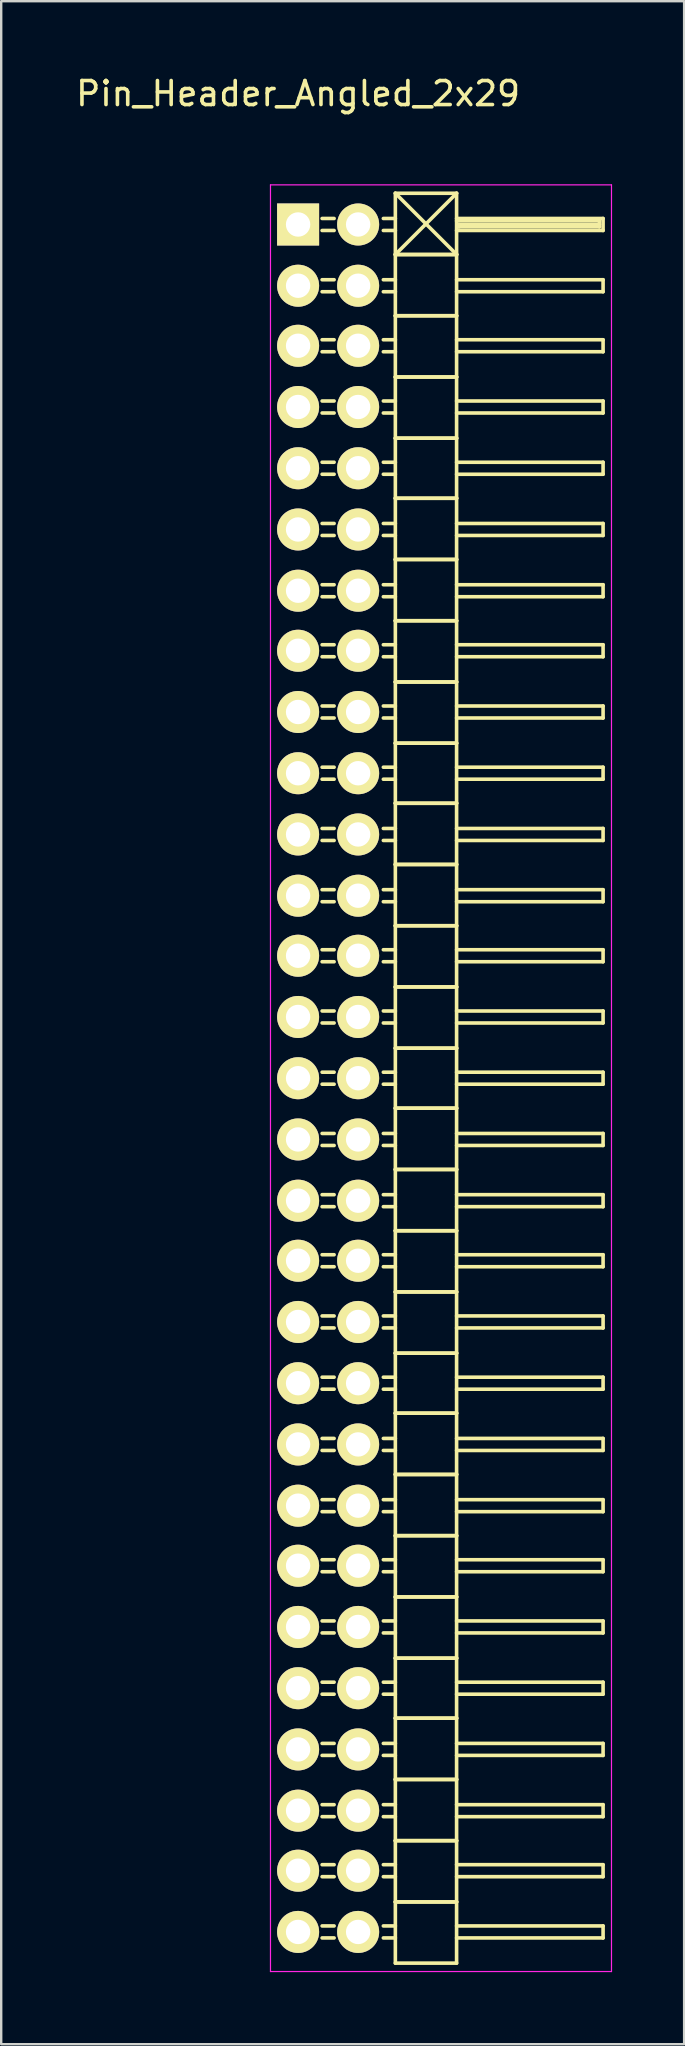
<source format=kicad_pcb>
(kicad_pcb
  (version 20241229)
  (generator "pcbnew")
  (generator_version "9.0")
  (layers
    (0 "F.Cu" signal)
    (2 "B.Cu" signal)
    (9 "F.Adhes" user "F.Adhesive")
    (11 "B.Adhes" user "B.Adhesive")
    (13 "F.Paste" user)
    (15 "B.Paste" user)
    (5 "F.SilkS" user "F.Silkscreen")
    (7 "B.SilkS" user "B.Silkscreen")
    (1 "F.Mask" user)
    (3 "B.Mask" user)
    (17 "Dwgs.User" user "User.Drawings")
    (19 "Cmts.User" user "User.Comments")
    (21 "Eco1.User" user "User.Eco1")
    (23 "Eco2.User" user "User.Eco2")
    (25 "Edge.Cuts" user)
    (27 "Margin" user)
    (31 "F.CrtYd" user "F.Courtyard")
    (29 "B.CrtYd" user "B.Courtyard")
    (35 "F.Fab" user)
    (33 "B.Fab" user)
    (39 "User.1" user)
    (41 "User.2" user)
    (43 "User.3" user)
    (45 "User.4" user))
  (footprint "Pin_Header_Angled_2x29"
    (layer "F.Cu")
    (at 9.363 6.298)
    (property "Reference" "Pin_Header_Angled_2x29" (at 0 -5.45 0) (layer "F.SilkS") (effects (font (size 1 1) (thickness 0.15))))
    (attr through_hole)
    (fp_line (start 1.5 -0.25) (end 1 -0.25) (stroke (width 0.15) (type solid)) (layer "F.SilkS"))
    (fp_line (start 1.5 0.25) (end 1 0.25) (stroke (width 0.15) (type solid)) (layer "F.SilkS"))
    (fp_line (start 1.5 2.3) (end 1 2.3) (stroke (width 0.15) (type solid)) (layer "F.SilkS"))
    (fp_line (start 1.5 2.8) (end 1 2.8) (stroke (width 0.15) (type solid)) (layer "F.SilkS"))
    (fp_line (start 1.5 4.8) (end 1 4.8) (stroke (width 0.15) (type solid)) (layer "F.SilkS"))
    (fp_line (start 1.5 5.3) (end 1 5.3) (stroke (width 0.15) (type solid)) (layer "F.SilkS"))
    (fp_line (start 1.5 7.35) (end 1 7.35) (stroke (width 0.15) (type solid)) (layer "F.SilkS"))
    (fp_line (start 1.5 7.85) (end 1 7.85) (stroke (width 0.15) (type solid)) (layer "F.SilkS"))
    (fp_line (start 1.5 9.9) (end 1 9.9) (stroke (width 0.15) (type solid)) (layer "F.SilkS"))
    (fp_line (start 1.5 10.4) (end 1 10.4) (stroke (width 0.15) (type solid)) (layer "F.SilkS"))
    (fp_line (start 1.5 12.45) (end 1 12.45) (stroke (width 0.15) (type solid)) (layer "F.SilkS"))
    (fp_line (start 1.5 12.95) (end 1 12.95) (stroke (width 0.15) (type solid)) (layer "F.SilkS"))
    (fp_line (start 1.5 15) (end 1 15) (stroke (width 0.15) (type solid)) (layer "F.SilkS"))
    (fp_line (start 1.5 15.5) (end 1 15.5) (stroke (width 0.15) (type solid)) (layer "F.SilkS"))
    (fp_line (start 1.5 17.5) (end 1 17.5) (stroke (width 0.15) (type solid)) (layer "F.SilkS"))
    (fp_line (start 1.5 18) (end 1 18) (stroke (width 0.15) (type solid)) (layer "F.SilkS"))
    (fp_line (start 1.5 20.05) (end 1 20.05) (stroke (width 0.15) (type solid)) (layer "F.SilkS"))
    (fp_line (start 1.5 20.55) (end 1 20.55) (stroke (width 0.15) (type solid)) (layer "F.SilkS"))
    (fp_line (start 1.5 22.6) (end 1 22.6) (stroke (width 0.15) (type solid)) (layer "F.SilkS"))
    (fp_line (start 1.5 23.1) (end 1 23.1) (stroke (width 0.15) (type solid)) (layer "F.SilkS"))
    (fp_line (start 1.5 25.15) (end 1 25.15) (stroke (width 0.15) (type solid)) (layer "F.SilkS"))
    (fp_line (start 1.5 25.65) (end 1 25.65) (stroke (width 0.15) (type solid)) (layer "F.SilkS"))
    (fp_line (start 1.5 27.7) (end 1 27.7) (stroke (width 0.15) (type solid)) (layer "F.SilkS"))
    (fp_line (start 1.5 28.2) (end 1 28.2) (stroke (width 0.15) (type solid)) (layer "F.SilkS"))
    (fp_line (start 1.5 30.2) (end 1 30.2) (stroke (width 0.15) (type solid)) (layer "F.SilkS"))
    (fp_line (start 1.5 30.7) (end 1 30.7) (stroke (width 0.15) (type solid)) (layer "F.SilkS"))
    (fp_line (start 1.5 32.75) (end 1 32.75) (stroke (width 0.15) (type solid)) (layer "F.SilkS"))
    (fp_line (start 1.5 33.25) (end 1 33.25) (stroke (width 0.15) (type solid)) (layer "F.SilkS"))
    (fp_line (start 1.5 35.3) (end 1 35.3) (stroke (width 0.15) (type solid)) (layer "F.SilkS"))
    (fp_line (start 1.5 35.8) (end 1 35.8) (stroke (width 0.15) (type solid)) (layer "F.SilkS"))
    (fp_line (start 1.5 37.85) (end 1 37.85) (stroke (width 0.15) (type solid)) (layer "F.SilkS"))
    (fp_line (start 1.5 38.35) (end 1 38.35) (stroke (width 0.15) (type solid)) (layer "F.SilkS"))
    (fp_line (start 1.5 40.4) (end 1 40.4) (stroke (width 0.15) (type solid)) (layer "F.SilkS"))
    (fp_line (start 1.5 40.9) (end 1 40.9) (stroke (width 0.15) (type solid)) (layer "F.SilkS"))
    (fp_line (start 1.5 42.9) (end 1 42.9) (stroke (width 0.15) (type solid)) (layer "F.SilkS"))
    (fp_line (start 1.5 43.4) (end 1 43.4) (stroke (width 0.15) (type solid)) (layer "F.SilkS"))
    (fp_line (start 1.5 45.45) (end 1 45.45) (stroke (width 0.15) (type solid)) (layer "F.SilkS"))
    (fp_line (start 1.5 45.95) (end 1 45.95) (stroke (width 0.15) (type solid)) (layer "F.SilkS"))
    (fp_line (start 1.5 48) (end 1 48) (stroke (width 0.15) (type solid)) (layer "F.SilkS"))
    (fp_line (start 1.5 48.5) (end 1 48.5) (stroke (width 0.15) (type solid)) (layer "F.SilkS"))
    (fp_line (start 1.5 50.55) (end 1 50.55) (stroke (width 0.15) (type solid)) (layer "F.SilkS"))
    (fp_line (start 1.5 51.05) (end 1 51.05) (stroke (width 0.15) (type solid)) (layer "F.SilkS"))
    (fp_line (start 1.5 53.1) (end 1 53.1) (stroke (width 0.15) (type solid)) (layer "F.SilkS"))
    (fp_line (start 1.5 53.6) (end 1 53.6) (stroke (width 0.15) (type solid)) (layer "F.SilkS"))
    (fp_line (start 1.5 55.6) (end 1 55.6) (stroke (width 0.15) (type solid)) (layer "F.SilkS"))
    (fp_line (start 1.5 56.1) (end 1 56.1) (stroke (width 0.15) (type solid)) (layer "F.SilkS"))
    (fp_line (start 1.5 58.15) (end 1 58.15) (stroke (width 0.15) (type solid)) (layer "F.SilkS"))
    (fp_line (start 1.5 58.65) (end 1 58.65) (stroke (width 0.15) (type solid)) (layer "F.SilkS"))
    (fp_line (start 1.5 60.7) (end 1 60.7) (stroke (width 0.15) (type solid)) (layer "F.SilkS"))
    (fp_line (start 1.5 61.2) (end 1 61.2) (stroke (width 0.15) (type solid)) (layer "F.SilkS"))
    (fp_line (start 1.5 63.25) (end 1 63.25) (stroke (width 0.15) (type solid)) (layer "F.SilkS"))
    (fp_line (start 1.5 63.75) (end 1 63.75) (stroke (width 0.15) (type solid)) (layer "F.SilkS"))
    (fp_line (start 1.5 65.8) (end 1 65.8) (stroke (width 0.15) (type solid)) (layer "F.SilkS"))
    (fp_line (start 1.5 66.3) (end 1 66.3) (stroke (width 0.15) (type solid)) (layer "F.SilkS"))
    (fp_line (start 1.5 68.3) (end 1 68.3) (stroke (width 0.15) (type solid)) (layer "F.SilkS"))
    (fp_line (start 1.5 68.8) (end 1 68.8) (stroke (width 0.15) (type solid)) (layer "F.SilkS"))
    (fp_line (start 1.5 70.85) (end 1 70.85) (stroke (width 0.15) (type solid)) (layer "F.SilkS"))
    (fp_line (start 1.5 71.35) (end 1 71.35) (stroke (width 0.15) (type solid)) (layer "F.SilkS"))
    (fp_line (start 4.05 -1.3) (end 4.05 1.25) (stroke (width 0.15) (type solid)) (layer "F.SilkS"))
    (fp_line (start 4.05 -1.3) (end 6.6 -1.3) (stroke (width 0.15) (type solid)) (layer "F.SilkS"))
    (fp_line (start 4.05 -1.3) (end 6.6 1.25) (stroke (width 0.15) (type solid)) (layer "F.SilkS"))
    (fp_line (start 4.05 -0.25) (end 3.55 -0.25) (stroke (width 0.15) (type solid)) (layer "F.SilkS"))
    (fp_line (start 4.05 0.25) (end 3.55 0.25) (stroke (width 0.15) (type solid)) (layer "F.SilkS"))
    (fp_line (start 4.05 1.25) (end 4.05 3.8) (stroke (width 0.15) (type solid)) (layer "F.SilkS"))
    (fp_line (start 4.05 1.25) (end 6.6 1.25) (stroke (width 0.15) (type solid)) (layer "F.SilkS"))
    (fp_line (start 4.05 1.25) (end 6.6 1.25) (stroke (width 0.15) (type solid)) (layer "F.SilkS"))
    (fp_line (start 4.05 2.3) (end 3.55 2.3) (stroke (width 0.15) (type solid)) (layer "F.SilkS"))
    (fp_line (start 4.05 2.8) (end 3.55 2.8) (stroke (width 0.15) (type solid)) (layer "F.SilkS"))
    (fp_line (start 4.05 3.8) (end 4.05 6.35) (stroke (width 0.15) (type solid)) (layer "F.SilkS"))
    (fp_line (start 4.05 3.8) (end 6.6 3.8) (stroke (width 0.15) (type solid)) (layer "F.SilkS"))
    (fp_line (start 4.05 3.8) (end 6.6 3.8) (stroke (width 0.15) (type solid)) (layer "F.SilkS"))
    (fp_line (start 4.05 4.8) (end 3.55 4.8) (stroke (width 0.15) (type solid)) (layer "F.SilkS"))
    (fp_line (start 4.05 5.3) (end 3.55 5.3) (stroke (width 0.15) (type solid)) (layer "F.SilkS"))
    (fp_line (start 4.05 6.35) (end 4.05 8.9) (stroke (width 0.15) (type solid)) (layer "F.SilkS"))
    (fp_line (start 4.05 6.35) (end 6.6 6.35) (stroke (width 0.15) (type solid)) (layer "F.SilkS"))
    (fp_line (start 4.05 6.35) (end 6.6 6.35) (stroke (width 0.15) (type solid)) (layer "F.SilkS"))
    (fp_line (start 4.05 7.35) (end 3.55 7.35) (stroke (width 0.15) (type solid)) (layer "F.SilkS"))
    (fp_line (start 4.05 7.85) (end 3.55 7.85) (stroke (width 0.15) (type solid)) (layer "F.SilkS"))
    (fp_line (start 4.05 8.9) (end 4.05 11.4) (stroke (width 0.15) (type solid)) (layer "F.SilkS"))
    (fp_line (start 4.05 8.9) (end 6.6 8.9) (stroke (width 0.15) (type solid)) (layer "F.SilkS"))
    (fp_line (start 4.05 8.9) (end 6.6 8.9) (stroke (width 0.15) (type solid)) (layer "F.SilkS"))
    (fp_line (start 4.05 9.9) (end 3.55 9.9) (stroke (width 0.15) (type solid)) (layer "F.SilkS"))
    (fp_line (start 4.05 10.4) (end 3.55 10.4) (stroke (width 0.15) (type solid)) (layer "F.SilkS"))
    (fp_line (start 4.05 11.4) (end 4.05 13.95) (stroke (width 0.15) (type solid)) (layer "F.SilkS"))
    (fp_line (start 4.05 11.4) (end 6.6 11.4) (stroke (width 0.15) (type solid)) (layer "F.SilkS"))
    (fp_line (start 4.05 11.4) (end 6.6 11.4) (stroke (width 0.15) (type solid)) (layer "F.SilkS"))
    (fp_line (start 4.05 12.45) (end 3.55 12.45) (stroke (width 0.15) (type solid)) (layer "F.SilkS"))
    (fp_line (start 4.05 12.95) (end 3.55 12.95) (stroke (width 0.15) (type solid)) (layer "F.SilkS"))
    (fp_line (start 4.05 13.95) (end 4.05 16.5) (stroke (width 0.15) (type solid)) (layer "F.SilkS"))
    (fp_line (start 4.05 13.95) (end 6.6 13.95) (stroke (width 0.15) (type solid)) (layer "F.SilkS"))
    (fp_line (start 4.05 13.95) (end 6.6 13.95) (stroke (width 0.15) (type solid)) (layer "F.SilkS"))
    (fp_line (start 4.05 15) (end 3.55 15) (stroke (width 0.15) (type solid)) (layer "F.SilkS"))
    (fp_line (start 4.05 15.5) (end 3.55 15.5) (stroke (width 0.15) (type solid)) (layer "F.SilkS"))
    (fp_line (start 4.05 16.5) (end 4.05 19.05) (stroke (width 0.15) (type solid)) (layer "F.SilkS"))
    (fp_line (start 4.05 16.5) (end 6.6 16.5) (stroke (width 0.15) (type solid)) (layer "F.SilkS"))
    (fp_line (start 4.05 16.5) (end 6.6 16.5) (stroke (width 0.15) (type solid)) (layer "F.SilkS"))
    (fp_line (start 4.05 17.5) (end 3.55 17.5) (stroke (width 0.15) (type solid)) (layer "F.SilkS"))
    (fp_line (start 4.05 18) (end 3.55 18) (stroke (width 0.15) (type solid)) (layer "F.SilkS"))
    (fp_line (start 4.05 19.05) (end 4.05 21.6) (stroke (width 0.15) (type solid)) (layer "F.SilkS"))
    (fp_line (start 4.05 19.05) (end 6.6 19.05) (stroke (width 0.15) (type solid)) (layer "F.SilkS"))
    (fp_line (start 4.05 19.05) (end 6.6 19.05) (stroke (width 0.15) (type solid)) (layer "F.SilkS"))
    (fp_line (start 4.05 20.05) (end 3.55 20.05) (stroke (width 0.15) (type solid)) (layer "F.SilkS"))
    (fp_line (start 4.05 20.55) (end 3.55 20.55) (stroke (width 0.15) (type solid)) (layer "F.SilkS"))
    (fp_line (start 4.05 21.6) (end 4.05 24.1) (stroke (width 0.15) (type solid)) (layer "F.SilkS"))
    (fp_line (start 4.05 21.6) (end 6.6 21.6) (stroke (width 0.15) (type solid)) (layer "F.SilkS"))
    (fp_line (start 4.05 21.6) (end 6.6 21.6) (stroke (width 0.15) (type solid)) (layer "F.SilkS"))
    (fp_line (start 4.05 22.6) (end 3.55 22.6) (stroke (width 0.15) (type solid)) (layer "F.SilkS"))
    (fp_line (start 4.05 23.1) (end 3.55 23.1) (stroke (width 0.15) (type solid)) (layer "F.SilkS"))
    (fp_line (start 4.05 24.1) (end 4.05 26.65) (stroke (width 0.15) (type solid)) (layer "F.SilkS"))
    (fp_line (start 4.05 24.1) (end 6.6 24.1) (stroke (width 0.15) (type solid)) (layer "F.SilkS"))
    (fp_line (start 4.05 24.1) (end 6.6 24.1) (stroke (width 0.15) (type solid)) (layer "F.SilkS"))
    (fp_line (start 4.05 25.15) (end 3.55 25.15) (stroke (width 0.15) (type solid)) (layer "F.SilkS"))
    (fp_line (start 4.05 25.65) (end 3.55 25.65) (stroke (width 0.15) (type solid)) (layer "F.SilkS"))
    (fp_line (start 4.05 26.65) (end 4.05 29.2) (stroke (width 0.15) (type solid)) (layer "F.SilkS"))
    (fp_line (start 4.05 26.65) (end 6.6 26.65) (stroke (width 0.15) (type solid)) (layer "F.SilkS"))
    (fp_line (start 4.05 26.65) (end 6.6 26.65) (stroke (width 0.15) (type solid)) (layer "F.SilkS"))
    (fp_line (start 4.05 27.7) (end 3.55 27.7) (stroke (width 0.15) (type solid)) (layer "F.SilkS"))
    (fp_line (start 4.05 28.2) (end 3.55 28.2) (stroke (width 0.15) (type solid)) (layer "F.SilkS"))
    (fp_line (start 4.05 29.2) (end 4.05 31.75) (stroke (width 0.15) (type solid)) (layer "F.SilkS"))
    (fp_line (start 4.05 29.2) (end 6.6 29.2) (stroke (width 0.15) (type solid)) (layer "F.SilkS"))
    (fp_line (start 4.05 29.2) (end 6.6 29.2) (stroke (width 0.15) (type solid)) (layer "F.SilkS"))
    (fp_line (start 4.05 30.2) (end 3.55 30.2) (stroke (width 0.15) (type solid)) (layer "F.SilkS"))
    (fp_line (start 4.05 30.7) (end 3.55 30.7) (stroke (width 0.15) (type solid)) (layer "F.SilkS"))
    (fp_line (start 4.05 31.75) (end 4.05 34.3) (stroke (width 0.15) (type solid)) (layer "F.SilkS"))
    (fp_line (start 4.05 31.75) (end 6.6 31.75) (stroke (width 0.15) (type solid)) (layer "F.SilkS"))
    (fp_line (start 4.05 31.75) (end 6.6 31.75) (stroke (width 0.15) (type solid)) (layer "F.SilkS"))
    (fp_line (start 4.05 32.75) (end 3.55 32.75) (stroke (width 0.15) (type solid)) (layer "F.SilkS"))
    (fp_line (start 4.05 33.25) (end 3.55 33.25) (stroke (width 0.15) (type solid)) (layer "F.SilkS"))
    (fp_line (start 4.05 34.3) (end 4.05 36.8) (stroke (width 0.15) (type solid)) (layer "F.SilkS"))
    (fp_line (start 4.05 34.3) (end 6.6 34.3) (stroke (width 0.15) (type solid)) (layer "F.SilkS"))
    (fp_line (start 4.05 34.3) (end 6.6 34.3) (stroke (width 0.15) (type solid)) (layer "F.SilkS"))
    (fp_line (start 4.05 35.3) (end 3.55 35.3) (stroke (width 0.15) (type solid)) (layer "F.SilkS"))
    (fp_line (start 4.05 35.8) (end 3.55 35.8) (stroke (width 0.15) (type solid)) (layer "F.SilkS"))
    (fp_line (start 4.05 36.8) (end 4.05 39.35) (stroke (width 0.15) (type solid)) (layer "F.SilkS"))
    (fp_line (start 4.05 36.8) (end 6.6 36.8) (stroke (width 0.15) (type solid)) (layer "F.SilkS"))
    (fp_line (start 4.05 36.8) (end 6.6 36.8) (stroke (width 0.15) (type solid)) (layer "F.SilkS"))
    (fp_line (start 4.05 37.85) (end 3.55 37.85) (stroke (width 0.15) (type solid)) (layer "F.SilkS"))
    (fp_line (start 4.05 38.35) (end 3.55 38.35) (stroke (width 0.15) (type solid)) (layer "F.SilkS"))
    (fp_line (start 4.05 39.35) (end 4.05 41.9) (stroke (width 0.15) (type solid)) (layer "F.SilkS"))
    (fp_line (start 4.05 39.35) (end 6.6 39.35) (stroke (width 0.15) (type solid)) (layer "F.SilkS"))
    (fp_line (start 4.05 39.35) (end 6.6 39.35) (stroke (width 0.15) (type solid)) (layer "F.SilkS"))
    (fp_line (start 4.05 40.4) (end 3.55 40.4) (stroke (width 0.15) (type solid)) (layer "F.SilkS"))
    (fp_line (start 4.05 40.9) (end 3.55 40.9) (stroke (width 0.15) (type solid)) (layer "F.SilkS"))
    (fp_line (start 4.05 41.9) (end 4.05 44.45) (stroke (width 0.15) (type solid)) (layer "F.SilkS"))
    (fp_line (start 4.05 41.9) (end 6.6 41.9) (stroke (width 0.15) (type solid)) (layer "F.SilkS"))
    (fp_line (start 4.05 41.9) (end 6.6 41.9) (stroke (width 0.15) (type solid)) (layer "F.SilkS"))
    (fp_line (start 4.05 42.9) (end 3.55 42.9) (stroke (width 0.15) (type solid)) (layer "F.SilkS"))
    (fp_line (start 4.05 43.4) (end 3.55 43.4) (stroke (width 0.15) (type solid)) (layer "F.SilkS"))
    (fp_line (start 4.05 44.45) (end 4.05 47) (stroke (width 0.15) (type solid)) (layer "F.SilkS"))
    (fp_line (start 4.05 44.45) (end 6.6 44.45) (stroke (width 0.15) (type solid)) (layer "F.SilkS"))
    (fp_line (start 4.05 44.45) (end 6.6 44.45) (stroke (width 0.15) (type solid)) (layer "F.SilkS"))
    (fp_line (start 4.05 45.45) (end 3.55 45.45) (stroke (width 0.15) (type solid)) (layer "F.SilkS"))
    (fp_line (start 4.05 45.95) (end 3.55 45.95) (stroke (width 0.15) (type solid)) (layer "F.SilkS"))
    (fp_line (start 4.05 47) (end 4.05 49.5) (stroke (width 0.15) (type solid)) (layer "F.SilkS"))
    (fp_line (start 4.05 47) (end 6.6 47) (stroke (width 0.15) (type solid)) (layer "F.SilkS"))
    (fp_line (start 4.05 47) (end 6.6 47) (stroke (width 0.15) (type solid)) (layer "F.SilkS"))
    (fp_line (start 4.05 48) (end 3.55 48) (stroke (width 0.15) (type solid)) (layer "F.SilkS"))
    (fp_line (start 4.05 48.5) (end 3.55 48.5) (stroke (width 0.15) (type solid)) (layer "F.SilkS"))
    (fp_line (start 4.05 49.5) (end 4.05 52.05) (stroke (width 0.15) (type solid)) (layer "F.SilkS"))
    (fp_line (start 4.05 49.5) (end 6.6 49.5) (stroke (width 0.15) (type solid)) (layer "F.SilkS"))
    (fp_line (start 4.05 49.5) (end 6.6 49.5) (stroke (width 0.15) (type solid)) (layer "F.SilkS"))
    (fp_line (start 4.05 50.55) (end 3.55 50.55) (stroke (width 0.15) (type solid)) (layer "F.SilkS"))
    (fp_line (start 4.05 51.05) (end 3.55 51.05) (stroke (width 0.15) (type solid)) (layer "F.SilkS"))
    (fp_line (start 4.05 52.05) (end 4.05 54.6) (stroke (width 0.15) (type solid)) (layer "F.SilkS"))
    (fp_line (start 4.05 52.05) (end 6.6 52.05) (stroke (width 0.15) (type solid)) (layer "F.SilkS"))
    (fp_line (start 4.05 52.05) (end 6.6 52.05) (stroke (width 0.15) (type solid)) (layer "F.SilkS"))
    (fp_line (start 4.05 53.1) (end 3.55 53.1) (stroke (width 0.15) (type solid)) (layer "F.SilkS"))
    (fp_line (start 4.05 53.6) (end 3.55 53.6) (stroke (width 0.15) (type solid)) (layer "F.SilkS"))
    (fp_line (start 4.05 54.6) (end 4.05 57.15) (stroke (width 0.15) (type solid)) (layer "F.SilkS"))
    (fp_line (start 4.05 54.6) (end 6.6 54.6) (stroke (width 0.15) (type solid)) (layer "F.SilkS"))
    (fp_line (start 4.05 54.6) (end 6.6 54.6) (stroke (width 0.15) (type solid)) (layer "F.SilkS"))
    (fp_line (start 4.05 55.6) (end 3.55 55.6) (stroke (width 0.15) (type solid)) (layer "F.SilkS"))
    (fp_line (start 4.05 56.1) (end 3.55 56.1) (stroke (width 0.15) (type solid)) (layer "F.SilkS"))
    (fp_line (start 4.05 57.15) (end 4.05 59.7) (stroke (width 0.15) (type solid)) (layer "F.SilkS"))
    (fp_line (start 4.05 57.15) (end 6.6 57.15) (stroke (width 0.15) (type solid)) (layer "F.SilkS"))
    (fp_line (start 4.05 57.15) (end 6.6 57.15) (stroke (width 0.15) (type solid)) (layer "F.SilkS"))
    (fp_line (start 4.05 58.15) (end 3.55 58.15) (stroke (width 0.15) (type solid)) (layer "F.SilkS"))
    (fp_line (start 4.05 58.65) (end 3.55 58.65) (stroke (width 0.15) (type solid)) (layer "F.SilkS"))
    (fp_line (start 4.05 59.7) (end 4.05 62.2) (stroke (width 0.15) (type solid)) (layer "F.SilkS"))
    (fp_line (start 4.05 59.7) (end 6.6 59.7) (stroke (width 0.15) (type solid)) (layer "F.SilkS"))
    (fp_line (start 4.05 59.7) (end 6.6 59.7) (stroke (width 0.15) (type solid)) (layer "F.SilkS"))
    (fp_line (start 4.05 60.7) (end 3.55 60.7) (stroke (width 0.15) (type solid)) (layer "F.SilkS"))
    (fp_line (start 4.05 61.2) (end 3.55 61.2) (stroke (width 0.15) (type solid)) (layer "F.SilkS"))
    (fp_line (start 4.05 62.2) (end 4.05 64.75) (stroke (width 0.15) (type solid)) (layer "F.SilkS"))
    (fp_line (start 4.05 62.2) (end 6.6 62.2) (stroke (width 0.15) (type solid)) (layer "F.SilkS"))
    (fp_line (start 4.05 62.2) (end 6.6 62.2) (stroke (width 0.15) (type solid)) (layer "F.SilkS"))
    (fp_line (start 4.05 63.25) (end 3.55 63.25) (stroke (width 0.15) (type solid)) (layer "F.SilkS"))
    (fp_line (start 4.05 63.75) (end 3.55 63.75) (stroke (width 0.15) (type solid)) (layer "F.SilkS"))
    (fp_line (start 4.05 64.75) (end 4.05 67.3) (stroke (width 0.15) (type solid)) (layer "F.SilkS"))
    (fp_line (start 4.05 64.75) (end 6.6 64.75) (stroke (width 0.15) (type solid)) (layer "F.SilkS"))
    (fp_line (start 4.05 64.75) (end 6.6 64.75) (stroke (width 0.15) (type solid)) (layer "F.SilkS"))
    (fp_line (start 4.05 65.8) (end 3.55 65.8) (stroke (width 0.15) (type solid)) (layer "F.SilkS"))
    (fp_line (start 4.05 66.3) (end 3.55 66.3) (stroke (width 0.15) (type solid)) (layer "F.SilkS"))
    (fp_line (start 4.05 67.3) (end 4.05 69.85) (stroke (width 0.15) (type solid)) (layer "F.SilkS"))
    (fp_line (start 4.05 67.3) (end 6.6 67.3) (stroke (width 0.15) (type solid)) (layer "F.SilkS"))
    (fp_line (start 4.05 67.3) (end 6.6 67.3) (stroke (width 0.15) (type solid)) (layer "F.SilkS"))
    (fp_line (start 4.05 68.3) (end 3.55 68.3) (stroke (width 0.15) (type solid)) (layer "F.SilkS"))
    (fp_line (start 4.05 68.8) (end 3.55 68.8) (stroke (width 0.15) (type solid)) (layer "F.SilkS"))
    (fp_line (start 4.05 69.85) (end 4.05 72.4) (stroke (width 0.15) (type solid)) (layer "F.SilkS"))
    (fp_line (start 4.05 69.85) (end 6.6 69.85) (stroke (width 0.15) (type solid)) (layer "F.SilkS"))
    (fp_line (start 4.05 69.85) (end 6.6 69.85) (stroke (width 0.15) (type solid)) (layer "F.SilkS"))
    (fp_line (start 4.05 70.85) (end 3.55 70.85) (stroke (width 0.15) (type solid)) (layer "F.SilkS"))
    (fp_line (start 4.05 71.35) (end 3.55 71.35) (stroke (width 0.15) (type solid)) (layer "F.SilkS"))
    (fp_line (start 4.05 72.4) (end 6.6 72.4) (stroke (width 0.15) (type solid)) (layer "F.SilkS"))
    (fp_line (start 6.6 -1.3) (end 4.05 1.25) (stroke (width 0.15) (type solid)) (layer "F.SilkS"))
    (fp_line (start 6.6 -0.25) (end 12.7 -0.25) (stroke (width 0.15) (type solid)) (layer "F.SilkS"))
    (fp_line (start 6.6 -0.15) (end 12.55 -0.15) (stroke (width 0.15) (type solid)) (layer "F.SilkS"))
    (fp_line (start 6.6 1.25) (end 6.6 -1.3) (stroke (width 0.15) (type solid)) (layer "F.SilkS"))
    (fp_line (start 6.6 2.3) (end 12.7 2.3) (stroke (width 0.15) (type solid)) (layer "F.SilkS"))
    (fp_line (start 6.6 3.8) (end 6.6 1.25) (stroke (width 0.15) (type solid)) (layer "F.SilkS"))
    (fp_line (start 6.6 4.8) (end 12.7 4.8) (stroke (width 0.15) (type solid)) (layer "F.SilkS"))
    (fp_line (start 6.6 6.35) (end 6.6 3.8) (stroke (width 0.15) (type solid)) (layer "F.SilkS"))
    (fp_line (start 6.6 7.35) (end 12.7 7.35) (stroke (width 0.15) (type solid)) (layer "F.SilkS"))
    (fp_line (start 6.6 8.9) (end 6.6 6.35) (stroke (width 0.15) (type solid)) (layer "F.SilkS"))
    (fp_line (start 6.6 9.9) (end 12.7 9.9) (stroke (width 0.15) (type solid)) (layer "F.SilkS"))
    (fp_line (start 6.6 11.4) (end 6.6 8.9) (stroke (width 0.15) (type solid)) (layer "F.SilkS"))
    (fp_line (start 6.6 12.45) (end 12.7 12.45) (stroke (width 0.15) (type solid)) (layer "F.SilkS"))
    (fp_line (start 6.6 13.95) (end 6.6 11.4) (stroke (width 0.15) (type solid)) (layer "F.SilkS"))
    (fp_line (start 6.6 15) (end 12.7 15) (stroke (width 0.15) (type solid)) (layer "F.SilkS"))
    (fp_line (start 6.6 16.5) (end 6.6 13.95) (stroke (width 0.15) (type solid)) (layer "F.SilkS"))
    (fp_line (start 6.6 17.5) (end 12.7 17.5) (stroke (width 0.15) (type solid)) (layer "F.SilkS"))
    (fp_line (start 6.6 19.05) (end 6.6 16.5) (stroke (width 0.15) (type solid)) (layer "F.SilkS"))
    (fp_line (start 6.6 20.05) (end 12.7 20.05) (stroke (width 0.15) (type solid)) (layer "F.SilkS"))
    (fp_line (start 6.6 21.6) (end 6.6 19.05) (stroke (width 0.15) (type solid)) (layer "F.SilkS"))
    (fp_line (start 6.6 22.6) (end 12.7 22.6) (stroke (width 0.15) (type solid)) (layer "F.SilkS"))
    (fp_line (start 6.6 24.1) (end 6.6 21.6) (stroke (width 0.15) (type solid)) (layer "F.SilkS"))
    (fp_line (start 6.6 25.15) (end 12.7 25.15) (stroke (width 0.15) (type solid)) (layer "F.SilkS"))
    (fp_line (start 6.6 26.65) (end 6.6 24.1) (stroke (width 0.15) (type solid)) (layer "F.SilkS"))
    (fp_line (start 6.6 27.7) (end 12.7 27.7) (stroke (width 0.15) (type solid)) (layer "F.SilkS"))
    (fp_line (start 6.6 29.2) (end 6.6 26.65) (stroke (width 0.15) (type solid)) (layer "F.SilkS"))
    (fp_line (start 6.6 30.2) (end 12.7 30.2) (stroke (width 0.15) (type solid)) (layer "F.SilkS"))
    (fp_line (start 6.6 31.75) (end 6.6 29.2) (stroke (width 0.15) (type solid)) (layer "F.SilkS"))
    (fp_line (start 6.6 32.75) (end 12.7 32.75) (stroke (width 0.15) (type solid)) (layer "F.SilkS"))
    (fp_line (start 6.6 34.3) (end 6.6 31.75) (stroke (width 0.15) (type solid)) (layer "F.SilkS"))
    (fp_line (start 6.6 35.3) (end 12.7 35.3) (stroke (width 0.15) (type solid)) (layer "F.SilkS"))
    (fp_line (start 6.6 36.8) (end 6.6 34.3) (stroke (width 0.15) (type solid)) (layer "F.SilkS"))
    (fp_line (start 6.6 37.85) (end 12.7 37.85) (stroke (width 0.15) (type solid)) (layer "F.SilkS"))
    (fp_line (start 6.6 39.35) (end 6.6 36.8) (stroke (width 0.15) (type solid)) (layer "F.SilkS"))
    (fp_line (start 6.6 40.4) (end 12.7 40.4) (stroke (width 0.15) (type solid)) (layer "F.SilkS"))
    (fp_line (start 6.6 41.9) (end 6.6 39.35) (stroke (width 0.15) (type solid)) (layer "F.SilkS"))
    (fp_line (start 6.6 42.9) (end 12.7 42.9) (stroke (width 0.15) (type solid)) (layer "F.SilkS"))
    (fp_line (start 6.6 44.45) (end 6.6 41.9) (stroke (width 0.15) (type solid)) (layer "F.SilkS"))
    (fp_line (start 6.6 45.45) (end 12.7 45.45) (stroke (width 0.15) (type solid)) (layer "F.SilkS"))
    (fp_line (start 6.6 47) (end 6.6 44.45) (stroke (width 0.15) (type solid)) (layer "F.SilkS"))
    (fp_line (start 6.6 48) (end 12.7 48) (stroke (width 0.15) (type solid)) (layer "F.SilkS"))
    (fp_line (start 6.6 49.5) (end 6.6 47) (stroke (width 0.15) (type solid)) (layer "F.SilkS"))
    (fp_line (start 6.6 50.55) (end 12.7 50.55) (stroke (width 0.15) (type solid)) (layer "F.SilkS"))
    (fp_line (start 6.6 52.05) (end 6.6 49.5) (stroke (width 0.15) (type solid)) (layer "F.SilkS"))
    (fp_line (start 6.6 53.1) (end 12.7 53.1) (stroke (width 0.15) (type solid)) (layer "F.SilkS"))
    (fp_line (start 6.6 54.6) (end 6.6 52.05) (stroke (width 0.15) (type solid)) (layer "F.SilkS"))
    (fp_line (start 6.6 55.6) (end 12.7 55.6) (stroke (width 0.15) (type solid)) (layer "F.SilkS"))
    (fp_line (start 6.6 57.15) (end 6.6 54.6) (stroke (width 0.15) (type solid)) (layer "F.SilkS"))
    (fp_line (start 6.6 58.15) (end 12.7 58.15) (stroke (width 0.15) (type solid)) (layer "F.SilkS"))
    (fp_line (start 6.6 59.7) (end 6.6 57.15) (stroke (width 0.15) (type solid)) (layer "F.SilkS"))
    (fp_line (start 6.6 60.7) (end 12.7 60.7) (stroke (width 0.15) (type solid)) (layer "F.SilkS"))
    (fp_line (start 6.6 62.2) (end 6.6 59.7) (stroke (width 0.15) (type solid)) (layer "F.SilkS"))
    (fp_line (start 6.6 63.25) (end 12.7 63.25) (stroke (width 0.15) (type solid)) (layer "F.SilkS"))
    (fp_line (start 6.6 64.75) (end 6.6 62.2) (stroke (width 0.15) (type solid)) (layer "F.SilkS"))
    (fp_line (start 6.6 65.8) (end 12.7 65.8) (stroke (width 0.15) (type solid)) (layer "F.SilkS"))
    (fp_line (start 6.6 67.3) (end 6.6 64.75) (stroke (width 0.15) (type solid)) (layer "F.SilkS"))
    (fp_line (start 6.6 68.3) (end 12.7 68.3) (stroke (width 0.15) (type solid)) (layer "F.SilkS"))
    (fp_line (start 6.6 69.85) (end 6.6 67.3) (stroke (width 0.15) (type solid)) (layer "F.SilkS"))
    (fp_line (start 6.6 70.85) (end 12.7 70.85) (stroke (width 0.15) (type solid)) (layer "F.SilkS"))
    (fp_line (start 6.6 72.4) (end 6.6 69.85) (stroke (width 0.15) (type solid)) (layer "F.SilkS"))
    (fp_line (start 6.7 0) (end 12.55 0) (stroke (width 0.15) (type solid)) (layer "F.SilkS"))
    (fp_line (start 6.7 0.1) (end 6.7 0) (stroke (width 0.15) (type solid)) (layer "F.SilkS"))
    (fp_line (start 12.55 -0.15) (end 12.55 0.1) (stroke (width 0.15) (type solid)) (layer "F.SilkS"))
    (fp_line (start 12.55 0.1) (end 6.7 0.1) (stroke (width 0.15) (type solid)) (layer "F.SilkS"))
    (fp_line (start 12.7 -0.25) (end 12.7 0.25) (stroke (width 0.15) (type solid)) (layer "F.SilkS"))
    (fp_line (start 12.7 0.25) (end 6.6 0.25) (stroke (width 0.15) (type solid)) (layer "F.SilkS"))
    (fp_line (start 12.7 2.3) (end 12.7 2.8) (stroke (width 0.15) (type solid)) (layer "F.SilkS"))
    (fp_line (start 12.7 2.8) (end 6.6 2.8) (stroke (width 0.15) (type solid)) (layer "F.SilkS"))
    (fp_line (start 12.7 4.8) (end 12.7 5.3) (stroke (width 0.15) (type solid)) (layer "F.SilkS"))
    (fp_line (start 12.7 5.3) (end 6.6 5.3) (stroke (width 0.15) (type solid)) (layer "F.SilkS"))
    (fp_line (start 12.7 7.35) (end 12.7 7.85) (stroke (width 0.15) (type solid)) (layer "F.SilkS"))
    (fp_line (start 12.7 7.85) (end 6.6 7.85) (stroke (width 0.15) (type solid)) (layer "F.SilkS"))
    (fp_line (start 12.7 9.9) (end 12.7 10.4) (stroke (width 0.15) (type solid)) (layer "F.SilkS"))
    (fp_line (start 12.7 10.4) (end 6.6 10.4) (stroke (width 0.15) (type solid)) (layer "F.SilkS"))
    (fp_line (start 12.7 12.45) (end 12.7 12.95) (stroke (width 0.15) (type solid)) (layer "F.SilkS"))
    (fp_line (start 12.7 12.95) (end 6.6 12.95) (stroke (width 0.15) (type solid)) (layer "F.SilkS"))
    (fp_line (start 12.7 15) (end 12.7 15.5) (stroke (width 0.15) (type solid)) (layer "F.SilkS"))
    (fp_line (start 12.7 15.5) (end 6.6 15.5) (stroke (width 0.15) (type solid)) (layer "F.SilkS"))
    (fp_line (start 12.7 17.5) (end 12.7 18) (stroke (width 0.15) (type solid)) (layer "F.SilkS"))
    (fp_line (start 12.7 18) (end 6.6 18) (stroke (width 0.15) (type solid)) (layer "F.SilkS"))
    (fp_line (start 12.7 20.05) (end 12.7 20.55) (stroke (width 0.15) (type solid)) (layer "F.SilkS"))
    (fp_line (start 12.7 20.55) (end 6.6 20.55) (stroke (width 0.15) (type solid)) (layer "F.SilkS"))
    (fp_line (start 12.7 22.6) (end 12.7 23.1) (stroke (width 0.15) (type solid)) (layer "F.SilkS"))
    (fp_line (start 12.7 23.1) (end 6.6 23.1) (stroke (width 0.15) (type solid)) (layer "F.SilkS"))
    (fp_line (start 12.7 25.15) (end 12.7 25.65) (stroke (width 0.15) (type solid)) (layer "F.SilkS"))
    (fp_line (start 12.7 25.65) (end 6.6 25.65) (stroke (width 0.15) (type solid)) (layer "F.SilkS"))
    (fp_line (start 12.7 27.7) (end 12.7 28.2) (stroke (width 0.15) (type solid)) (layer "F.SilkS"))
    (fp_line (start 12.7 28.2) (end 6.6 28.2) (stroke (width 0.15) (type solid)) (layer "F.SilkS"))
    (fp_line (start 12.7 30.2) (end 12.7 30.7) (stroke (width 0.15) (type solid)) (layer "F.SilkS"))
    (fp_line (start 12.7 30.7) (end 6.6 30.7) (stroke (width 0.15) (type solid)) (layer "F.SilkS"))
    (fp_line (start 12.7 32.75) (end 12.7 33.25) (stroke (width 0.15) (type solid)) (layer "F.SilkS"))
    (fp_line (start 12.7 33.25) (end 6.6 33.25) (stroke (width 0.15) (type solid)) (layer "F.SilkS"))
    (fp_line (start 12.7 35.3) (end 12.7 35.8) (stroke (width 0.15) (type solid)) (layer "F.SilkS"))
    (fp_line (start 12.7 35.8) (end 6.6 35.8) (stroke (width 0.15) (type solid)) (layer "F.SilkS"))
    (fp_line (start 12.7 37.85) (end 12.7 38.35) (stroke (width 0.15) (type solid)) (layer "F.SilkS"))
    (fp_line (start 12.7 38.35) (end 6.6 38.35) (stroke (width 0.15) (type solid)) (layer "F.SilkS"))
    (fp_line (start 12.7 40.4) (end 12.7 40.9) (stroke (width 0.15) (type solid)) (layer "F.SilkS"))
    (fp_line (start 12.7 40.9) (end 6.6 40.9) (stroke (width 0.15) (type solid)) (layer "F.SilkS"))
    (fp_line (start 12.7 42.9) (end 12.7 43.4) (stroke (width 0.15) (type solid)) (layer "F.SilkS"))
    (fp_line (start 12.7 43.4) (end 6.6 43.4) (stroke (width 0.15) (type solid)) (layer "F.SilkS"))
    (fp_line (start 12.7 45.45) (end 12.7 45.95) (stroke (width 0.15) (type solid)) (layer "F.SilkS"))
    (fp_line (start 12.7 45.95) (end 6.6 45.95) (stroke (width 0.15) (type solid)) (layer "F.SilkS"))
    (fp_line (start 12.7 48) (end 12.7 48.5) (stroke (width 0.15) (type solid)) (layer "F.SilkS"))
    (fp_line (start 12.7 48.5) (end 6.6 48.5) (stroke (width 0.15) (type solid)) (layer "F.SilkS"))
    (fp_line (start 12.7 50.55) (end 12.7 51.05) (stroke (width 0.15) (type solid)) (layer "F.SilkS"))
    (fp_line (start 12.7 51.05) (end 6.6 51.05) (stroke (width 0.15) (type solid)) (layer "F.SilkS"))
    (fp_line (start 12.7 53.1) (end 12.7 53.6) (stroke (width 0.15) (type solid)) (layer "F.SilkS"))
    (fp_line (start 12.7 53.6) (end 6.6 53.6) (stroke (width 0.15) (type solid)) (layer "F.SilkS"))
    (fp_line (start 12.7 55.6) (end 12.7 56.1) (stroke (width 0.15) (type solid)) (layer "F.SilkS"))
    (fp_line (start 12.7 56.1) (end 6.6 56.1) (stroke (width 0.15) (type solid)) (layer "F.SilkS"))
    (fp_line (start 12.7 58.15) (end 12.7 58.65) (stroke (width 0.15) (type solid)) (layer "F.SilkS"))
    (fp_line (start 12.7 58.65) (end 6.6 58.65) (stroke (width 0.15) (type solid)) (layer "F.SilkS"))
    (fp_line (start 12.7 60.7) (end 12.7 61.2) (stroke (width 0.15) (type solid)) (layer "F.SilkS"))
    (fp_line (start 12.7 61.2) (end 6.6 61.2) (stroke (width 0.15) (type solid)) (layer "F.SilkS"))
    (fp_line (start 12.7 63.25) (end 12.7 63.75) (stroke (width 0.15) (type solid)) (layer "F.SilkS"))
    (fp_line (start 12.7 63.75) (end 6.6 63.75) (stroke (width 0.15) (type solid)) (layer "F.SilkS"))
    (fp_line (start 12.7 65.8) (end 12.7 66.3) (stroke (width 0.15) (type solid)) (layer "F.SilkS"))
    (fp_line (start 12.7 66.3) (end 6.6 66.3) (stroke (width 0.15) (type solid)) (layer "F.SilkS"))
    (fp_line (start 12.7 68.3) (end 12.7 68.8) (stroke (width 0.15) (type solid)) (layer "F.SilkS"))
    (fp_line (start 12.7 68.8) (end 6.6 68.8) (stroke (width 0.15) (type solid)) (layer "F.SilkS"))
    (fp_line (start 12.7 70.85) (end 12.7 71.35) (stroke (width 0.15) (type solid)) (layer "F.SilkS"))
    (fp_line (start 12.7 71.35) (end 6.6 71.35) (stroke (width 0.15) (type solid)) (layer "F.SilkS"))
    (fp_line (start -1.15 -1.65) (end -1.15 72.75) (stroke (width 0.05) (type solid)) (layer "F.CrtYd"))
    (fp_line (start -1.15 -1.65) (end 13.05 -1.65) (stroke (width 0.05) (type solid)) (layer "F.CrtYd"))
    (fp_line (start -1.15 72.75) (end 13.05 72.75) (stroke (width 0.05) (type solid)) (layer "F.CrtYd"))
    (fp_line (start 13.05 -1.65) (end 13.05 72.75) (stroke (width 0.05) (type solid)) (layer "F.CrtYd"))
    (pad "1" thru_hole rect (at 0 0) (size 1.75 1.75) (drill 1.016) (layers "*.Cu" "*.Mask" "F.SilkS"))
    (pad "2" thru_hole oval (at 2.5 0) (size 1.75 1.75) (drill 1.016) (layers "*.Cu" "*.Mask" "F.SilkS"))
    (pad "3" thru_hole oval (at 0 2.55) (size 1.75 1.75) (drill 1.016) (layers "*.Cu" "*.Mask" "F.SilkS"))
    (pad "4" thru_hole oval (at 2.5 2.55) (size 1.75 1.75) (drill 1.016) (layers "*.Cu" "*.Mask" "F.SilkS"))
    (pad "5" thru_hole oval (at 0 5.05) (size 1.75 1.75) (drill 1.016) (layers "*.Cu" "*.Mask" "F.SilkS"))
    (pad "6" thru_hole oval (at 2.5 5.05) (size 1.75 1.75) (drill 1.016) (layers "*.Cu" "*.Mask" "F.SilkS"))
    (pad "7" thru_hole oval (at 0 7.6) (size 1.75 1.75) (drill 1.016) (layers "*.Cu" "*.Mask" "F.SilkS"))
    (pad "8" thru_hole oval (at 2.5 7.6) (size 1.75 1.75) (drill 1.016) (layers "*.Cu" "*.Mask" "F.SilkS"))
    (pad "9" thru_hole oval (at 0 10.15) (size 1.75 1.75) (drill 1.016) (layers "*.Cu" "*.Mask" "F.SilkS"))
    (pad "10" thru_hole oval (at 2.5 10.15) (size 1.75 1.75) (drill 1.016) (layers "*.Cu" "*.Mask" "F.SilkS"))
    (pad "11" thru_hole oval (at 0 12.7) (size 1.75 1.75) (drill 1.016) (layers "*.Cu" "*.Mask" "F.SilkS"))
    (pad "12" thru_hole oval (at 2.5 12.7) (size 1.75 1.75) (drill 1.016) (layers "*.Cu" "*.Mask" "F.SilkS"))
    (pad "13" thru_hole oval (at 0 15.25) (size 1.75 1.75) (drill 1.016) (layers "*.Cu" "*.Mask" "F.SilkS"))
    (pad "14" thru_hole oval (at 2.5 15.25) (size 1.75 1.75) (drill 1.016) (layers "*.Cu" "*.Mask" "F.SilkS"))
    (pad "15" thru_hole oval (at 0 17.75) (size 1.75 1.75) (drill 1.016) (layers "*.Cu" "*.Mask" "F.SilkS"))
    (pad "16" thru_hole oval (at 2.5 17.75) (size 1.75 1.75) (drill 1.016) (layers "*.Cu" "*.Mask" "F.SilkS"))
    (pad "17" thru_hole oval (at 0 20.3) (size 1.75 1.75) (drill 1.016) (layers "*.Cu" "*.Mask" "F.SilkS"))
    (pad "18" thru_hole oval (at 2.5 20.3) (size 1.75 1.75) (drill 1.016) (layers "*.Cu" "*.Mask" "F.SilkS"))
    (pad "19" thru_hole oval (at 0 22.85) (size 1.75 1.75) (drill 1.016) (layers "*.Cu" "*.Mask" "F.SilkS"))
    (pad "20" thru_hole oval (at 2.5 22.85) (size 1.75 1.75) (drill 1.016) (layers "*.Cu" "*.Mask" "F.SilkS"))
    (pad "21" thru_hole oval (at 0 25.4) (size 1.75 1.75) (drill 1.016) (layers "*.Cu" "*.Mask" "F.SilkS"))
    (pad "22" thru_hole oval (at 2.5 25.4) (size 1.75 1.75) (drill 1.016) (layers "*.Cu" "*.Mask" "F.SilkS"))
    (pad "23" thru_hole oval (at 0 27.95) (size 1.75 1.75) (drill 1.016) (layers "*.Cu" "*.Mask" "F.SilkS"))
    (pad "24" thru_hole oval (at 2.5 27.95) (size 1.75 1.75) (drill 1.016) (layers "*.Cu" "*.Mask" "F.SilkS"))
    (pad "25" thru_hole oval (at 0 30.45) (size 1.75 1.75) (drill 1.016) (layers "*.Cu" "*.Mask" "F.SilkS"))
    (pad "26" thru_hole oval (at 2.5 30.45) (size 1.75 1.75) (drill 1.016) (layers "*.Cu" "*.Mask" "F.SilkS"))
    (pad "27" thru_hole oval (at 0 33) (size 1.75 1.75) (drill 1.016) (layers "*.Cu" "*.Mask" "F.SilkS"))
    (pad "28" thru_hole oval (at 2.5 33) (size 1.75 1.75) (drill 1.016) (layers "*.Cu" "*.Mask" "F.SilkS"))
    (pad "29" thru_hole oval (at 0 35.55) (size 1.75 1.75) (drill 1.016) (layers "*.Cu" "*.Mask" "F.SilkS"))
    (pad "30" thru_hole oval (at 2.5 35.55) (size 1.75 1.75) (drill 1.016) (layers "*.Cu" "*.Mask" "F.SilkS"))
    (pad "31" thru_hole oval (at 0 38.1) (size 1.75 1.75) (drill 1.016) (layers "*.Cu" "*.Mask" "F.SilkS"))
    (pad "32" thru_hole oval (at 2.5 38.1) (size 1.75 1.75) (drill 1.016) (layers "*.Cu" "*.Mask" "F.SilkS"))
    (pad "33" thru_hole oval (at 0 40.65) (size 1.75 1.75) (drill 1.016) (layers "*.Cu" "*.Mask" "F.SilkS"))
    (pad "34" thru_hole oval (at 2.5 40.65) (size 1.75 1.75) (drill 1.016) (layers "*.Cu" "*.Mask" "F.SilkS"))
    (pad "35" thru_hole oval (at 0 43.15) (size 1.75 1.75) (drill 1.016) (layers "*.Cu" "*.Mask" "F.SilkS"))
    (pad "36" thru_hole oval (at 2.5 43.15) (size 1.75 1.75) (drill 1.016) (layers "*.Cu" "*.Mask" "F.SilkS"))
    (pad "37" thru_hole oval (at 0 45.7) (size 1.75 1.75) (drill 1.016) (layers "*.Cu" "*.Mask" "F.SilkS"))
    (pad "38" thru_hole oval (at 2.5 45.7) (size 1.75 1.75) (drill 1.016) (layers "*.Cu" "*.Mask" "F.SilkS"))
    (pad "39" thru_hole oval (at 0 48.25) (size 1.75 1.75) (drill 1.016) (layers "*.Cu" "*.Mask" "F.SilkS"))
    (pad "40" thru_hole oval (at 2.5 48.25) (size 1.75 1.75) (drill 1.016) (layers "*.Cu" "*.Mask" "F.SilkS"))
    (pad "41" thru_hole oval (at 0 50.8) (size 1.75 1.75) (drill 1.016) (layers "*.Cu" "*.Mask" "F.SilkS"))
    (pad "42" thru_hole oval (at 2.5 50.8) (size 1.75 1.75) (drill 1.016) (layers "*.Cu" "*.Mask" "F.SilkS"))
    (pad "43" thru_hole oval (at 0 53.35) (size 1.75 1.75) (drill 1.016) (layers "*.Cu" "*.Mask" "F.SilkS"))
    (pad "44" thru_hole oval (at 2.5 53.35) (size 1.75 1.75) (drill 1.016) (layers "*.Cu" "*.Mask" "F.SilkS"))
    (pad "45" thru_hole oval (at 0 55.85) (size 1.75 1.75) (drill 1.016) (layers "*.Cu" "*.Mask" "F.SilkS"))
    (pad "46" thru_hole oval (at 2.5 55.85) (size 1.75 1.75) (drill 1.016) (layers "*.Cu" "*.Mask" "F.SilkS"))
    (pad "47" thru_hole oval (at 0 58.4) (size 1.75 1.75) (drill 1.016) (layers "*.Cu" "*.Mask" "F.SilkS"))
    (pad "48" thru_hole oval (at 2.5 58.4) (size 1.75 1.75) (drill 1.016) (layers "*.Cu" "*.Mask" "F.SilkS"))
    (pad "49" thru_hole oval (at 0 60.95) (size 1.75 1.75) (drill 1.016) (layers "*.Cu" "*.Mask" "F.SilkS"))
    (pad "50" thru_hole oval (at 2.5 60.95) (size 1.75 1.75) (drill 1.016) (layers "*.Cu" "*.Mask" "F.SilkS"))
    (pad "51" thru_hole oval (at 0 63.5) (size 1.75 1.75) (drill 1.016) (layers "*.Cu" "*.Mask" "F.SilkS"))
    (pad "52" thru_hole oval (at 2.5 63.5) (size 1.75 1.75) (drill 1.016) (layers "*.Cu" "*.Mask" "F.SilkS"))
    (pad "53" thru_hole oval (at 0 66.05) (size 1.75 1.75) (drill 1.016) (layers "*.Cu" "*.Mask" "F.SilkS"))
    (pad "54" thru_hole oval (at 2.5 66.05) (size 1.75 1.75) (drill 1.016) (layers "*.Cu" "*.Mask" "F.SilkS"))
    (pad "55" thru_hole oval (at 0 68.55) (size 1.75 1.75) (drill 1.016) (layers "*.Cu" "*.Mask" "F.SilkS"))
    (pad "56" thru_hole oval (at 2.5 68.55) (size 1.75 1.75) (drill 1.016) (layers "*.Cu" "*.Mask" "F.SilkS"))
    (pad "57" thru_hole oval (at 0 71.1) (size 1.75 1.75) (drill 1.016) (layers "*.Cu" "*.Mask" "F.SilkS"))
    (pad "58" thru_hole oval (at 2.5 71.1) (size 1.75 1.75) (drill 1.016) (layers "*.Cu" "*.Mask" "F.SilkS")))
  (gr_rect
    (start -3 -3)
    (end 25.438 82.073)
    (stroke (width 0.1) (type default))
    (fill no)
    (layer "Edge.Cuts")))
</source>
